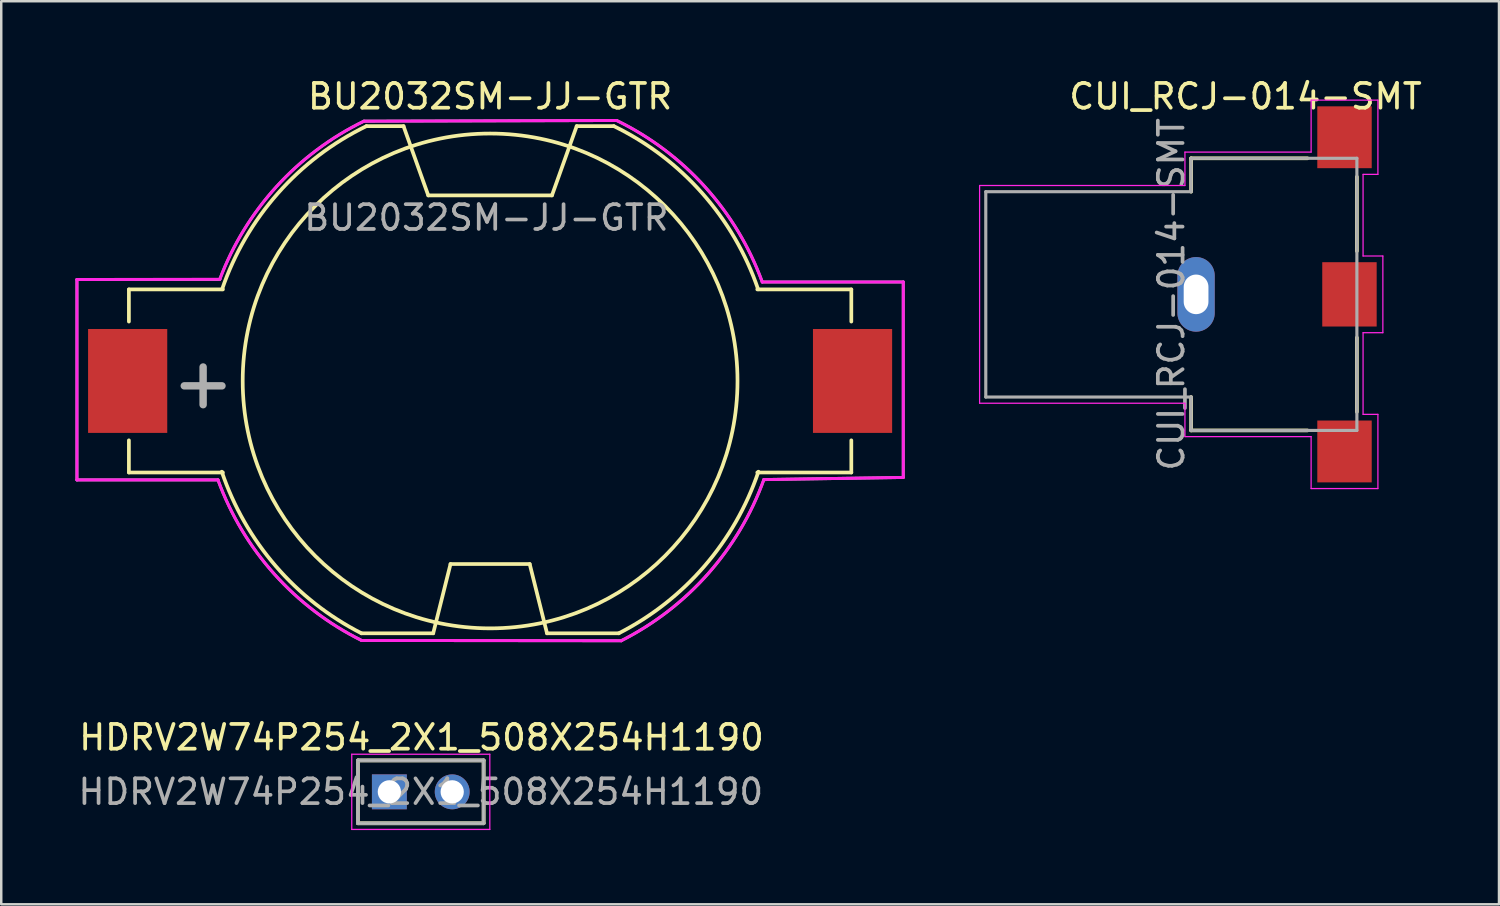
<source format=kicad_pcb>
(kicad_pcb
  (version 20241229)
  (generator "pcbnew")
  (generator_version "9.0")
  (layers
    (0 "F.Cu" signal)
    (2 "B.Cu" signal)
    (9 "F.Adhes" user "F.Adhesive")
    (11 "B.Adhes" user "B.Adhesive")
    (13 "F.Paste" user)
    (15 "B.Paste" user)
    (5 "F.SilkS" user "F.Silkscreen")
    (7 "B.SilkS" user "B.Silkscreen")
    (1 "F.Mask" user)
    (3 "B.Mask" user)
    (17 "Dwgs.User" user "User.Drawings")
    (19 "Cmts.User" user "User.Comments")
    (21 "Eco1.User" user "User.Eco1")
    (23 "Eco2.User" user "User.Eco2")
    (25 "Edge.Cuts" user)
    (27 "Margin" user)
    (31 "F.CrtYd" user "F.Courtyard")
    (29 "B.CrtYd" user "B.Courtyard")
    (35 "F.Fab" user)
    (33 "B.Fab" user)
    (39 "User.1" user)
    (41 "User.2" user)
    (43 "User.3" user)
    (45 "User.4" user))
  (footprint "CUI_RCJ-014-SMT"
    (layer "F.Cu")
    (at 44.295 8.848)
    (property "Reference" "CUI_RCJ-014-SMT" (at 3 -8 0) (layer "F.SilkS") (effects (font (size 1 1) (thickness 0.15))))
    (attr smd)
    (fp_line (start 0.8 -5.5) (end 0.8 -4.15) (stroke (width 0.15) (type solid)) (layer "F.SilkS"))
    (fp_line (start 0.8 4.15) (end 0.8 5.5) (stroke (width 0.15) (type solid)) (layer "F.SilkS"))
    (fp_line (start 0.8 5.5) (end 5.5 5.5) (stroke (width 0.15) (type solid)) (layer "F.SilkS"))
    (fp_line (start 5.5 -5.5) (end 0.8 -5.5) (stroke (width 0.15) (type solid)) (layer "F.SilkS"))
    (fp_line (start 7.5 -1.75) (end 7.5 -4.75) (stroke (width 0.15) (type solid)) (layer "F.SilkS"))
    (fp_line (start 7.5 4.75) (end 7.5 1.75) (stroke (width 0.15) (type solid)) (layer "F.SilkS"))
    (fp_line (start -7.75 -4.4) (end -7.75 4.4) (stroke (width 0.05) (type solid)) (layer "F.CrtYd"))
    (fp_line (start -7.75 4.4) (end 0.55 4.4) (stroke (width 0.05) (type solid)) (layer "F.CrtYd"))
    (fp_line (start 0.55 -5.75) (end 0.55 -4.4) (stroke (width 0.05) (type solid)) (layer "F.CrtYd"))
    (fp_line (start 0.55 -4.4) (end -7.75 -4.4) (stroke (width 0.05) (type solid)) (layer "F.CrtYd"))
    (fp_line (start 0.55 4.4) (end 0.55 5.75) (stroke (width 0.05) (type solid)) (layer "F.CrtYd"))
    (fp_line (start 0.55 5.75) (end 5.65 5.75) (stroke (width 0.05) (type solid)) (layer "F.CrtYd"))
    (fp_line (start 5.65 -7.85) (end 8.35 -7.85) (stroke (width 0.05) (type solid)) (layer "F.CrtYd"))
    (fp_line (start 5.65 -5.75) (end 0.55 -5.75) (stroke (width 0.05) (type solid)) (layer "F.CrtYd"))
    (fp_line (start 5.65 -5.75) (end 5.65 -7.85) (stroke (width 0.05) (type solid)) (layer "F.CrtYd"))
    (fp_line (start 5.65 7.85) (end 5.65 5.75) (stroke (width 0.05) (type solid)) (layer "F.CrtYd"))
    (fp_line (start 7.75 -1.55) (end 7.75 -4.85) (stroke (width 0.05) (type solid)) (layer "F.CrtYd"))
    (fp_line (start 7.75 -1.55) (end 8.55 -1.55) (stroke (width 0.05) (type solid)) (layer "F.CrtYd"))
    (fp_line (start 7.75 4.85) (end 7.75 1.55) (stroke (width 0.05) (type solid)) (layer "F.CrtYd"))
    (fp_line (start 7.75 4.85) (end 8.35 4.85) (stroke (width 0.05) (type solid)) (layer "F.CrtYd"))
    (fp_line (start 8.35 -7.85) (end 8.35 -4.85) (stroke (width 0.05) (type solid)) (layer "F.CrtYd"))
    (fp_line (start 8.35 -4.85) (end 7.75 -4.85) (stroke (width 0.05) (type solid)) (layer "F.CrtYd"))
    (fp_line (start 8.35 4.85) (end 8.35 7.85) (stroke (width 0.05) (type solid)) (layer "F.CrtYd"))
    (fp_line (start 8.35 7.85) (end 5.65 7.85) (stroke (width 0.05) (type solid)) (layer "F.CrtYd"))
    (fp_line (start 8.55 -1.55) (end 8.55 1.55) (stroke (width 0.05) (type solid)) (layer "F.CrtYd"))
    (fp_line (start 8.55 1.55) (end 7.75 1.55) (stroke (width 0.05) (type solid)) (layer "F.CrtYd"))
    (fp_line (start -7.5 -4.15) (end -7.5 4.15) (stroke (width 0.127) (type solid)) (layer "F.Fab"))
    (fp_line (start -7.5 4.15) (end 0.8 4.15) (stroke (width 0.127) (type solid)) (layer "F.Fab"))
    (fp_line (start 0.8 -5.5) (end 0.8 -4.15) (stroke (width 0.127) (type solid)) (layer "F.Fab"))
    (fp_line (start 0.8 -4.15) (end -7.5 -4.15) (stroke (width 0.127) (type solid)) (layer "F.Fab"))
    (fp_line (start 0.8 4.15) (end 0.8 5.5) (stroke (width 0.127) (type solid)) (layer "F.Fab"))
    (fp_line (start 0.8 5.5) (end 7.5 5.5) (stroke (width 0.127) (type solid)) (layer "F.Fab"))
    (fp_line (start 7.5 -5.5) (end 0.8 -5.5) (stroke (width 0.127) (type solid)) (layer "F.Fab"))
    (fp_line (start 7.5 5.5) (end 7.5 -5.5) (stroke (width 0.127) (type solid)) (layer "F.Fab"))
    (fp_text user "${REFERENCE}" (at 0 0 90) (layer "F.Fab") (effects (font (size 1 1) (thickness 0.15))))
    (pad "1A" smd rect (at 7 -6.35) (size 2.2 2.5) (layers "F.Cu" "F.Mask" "F.Paste"))
    (pad "1B" smd rect (at 7 6.35) (size 2.2 2.5) (layers "F.Cu" "F.Mask" "F.Paste"))
    (pad "1C" thru_hole oval (at 1 0) (size 1.508 3.016) (drill oval 1 1.6) (layers "*.Cu" "*.Mask" "F.Paste"))
    (pad "2" smd rect (at 7.2 0) (size 2.2 2.6) (layers "F.Cu" "F.Mask" "F.Paste")))
  (footprint "HDRV2W74P254_2X1_508X254H1190"
    (layer "F.Cu")
    (at 12.688 28.956)
    (property "Reference" "HDRV2W74P254_2X1_508X254H1190" (at 1.27 0 0) (layer "F.Fab") (effects (font (size 1 1) (thickness 0.15))))
    (attr exclude_from_pos_files exclude_from_bom)
    (fp_line (start -1.27 -1.27) (end 3.81 -1.27) (stroke (width 0.15) (type solid)) (layer "F.SilkS"))
    (fp_line (start -1.27 1.27) (end -1.27 -1.27) (stroke (width 0.15) (type solid)) (layer "F.SilkS"))
    (fp_line (start 3.81 -1.27) (end 3.81 1.27) (stroke (width 0.15) (type solid)) (layer "F.SilkS"))
    (fp_line (start 3.81 1.27) (end -1.27 1.27) (stroke (width 0.15) (type solid)) (layer "F.SilkS"))
    (fp_line (start -1.27 -1.27) (end 3.81 -1.27) (stroke (width 0.025) (type solid)) (layer "Dwgs.User"))
    (fp_line (start -1.27 1.27) (end -1.27 -1.27) (stroke (width 0.025) (type solid)) (layer "Dwgs.User"))
    (fp_line (start 3.81 -1.27) (end 3.81 1.27) (stroke (width 0.025) (type solid)) (layer "Dwgs.User"))
    (fp_line (start 3.81 1.27) (end -1.27 1.27) (stroke (width 0.025) (type solid)) (layer "Dwgs.User"))
    (fp_circle (center 0 0) (end 0 0.37) (stroke (width 0.025) (type solid)) (fill no) (layer "Dwgs.User"))
    (fp_circle (center 2.54 0) (end 2.54 0.37) (stroke (width 0.025) (type solid)) (fill no) (layer "Dwgs.User"))
    (fp_line (start -1.52 -1.52) (end 4.06 -1.52) (stroke (width 0.05) (type solid)) (layer "F.CrtYd"))
    (fp_line (start -1.52 1.52) (end -1.52 -1.52) (stroke (width 0.05) (type solid)) (layer "F.CrtYd"))
    (fp_line (start 4.06 -1.52) (end 4.06 1.52) (stroke (width 0.05) (type solid)) (layer "F.CrtYd"))
    (fp_line (start 4.06 1.52) (end -1.52 1.52) (stroke (width 0.05) (type solid)) (layer "F.CrtYd"))
    (fp_line (start -1.27 -1.27) (end 3.81 -1.27) (stroke (width 0.15) (type solid)) (layer "F.Fab"))
    (fp_line (start -1.27 1.27) (end -1.27 -1.27) (stroke (width 0.15) (type solid)) (layer "F.Fab"))
    (fp_line (start 3.81 -1.27) (end 3.81 1.27) (stroke (width 0.15) (type solid)) (layer "F.Fab"))
    (fp_line (start 3.81 1.27) (end -1.27 1.27) (stroke (width 0.15) (type solid)) (layer "F.Fab"))
    (fp_text user "${REFERENCE}" (at 1.3 -2.2 0) (layer "F.SilkS") (effects (font (size 1 1) (thickness 0.15))))
    (pad "1" thru_hole rect (at 0 0) (size 1.41 1.41) (drill 0.94) (layers "*.Cu" "*.Mask"))
    (pad "2" thru_hole circle (at 2.54 0) (size 1.41 1.41) (drill 0.94) (layers "*.Cu" "*.Mask")))
  (footprint "BU2032SM-JJ-GTR"
    (layer "F.Cu")
    (at 16.76 12.348)
    (property "Reference" "BU2032SM-JJ-GTR" (at 0 -11.5 0) (layer "F.SilkS") (effects (font (size 1 1) (thickness 0.15))))
    (attr smd)
    (fp_line (start -14.6 -3.7) (end -14.6 -2.4) (stroke (width 0.15) (type solid)) (layer "F.SilkS"))
    (fp_line (start -14.6 -3.7) (end -10.8 -3.7) (stroke (width 0.15) (type solid)) (layer "F.SilkS"))
    (fp_line (start -14.6 2.4) (end -14.6 3.7) (stroke (width 0.15) (type solid)) (layer "F.SilkS"))
    (fp_line (start -14.6 3.7) (end -10.8 3.7) (stroke (width 0.15) (type solid)) (layer "F.SilkS"))
    (fp_line (start -3.5 -10.3) (end -5 -10.3) (stroke (width 0.15) (type solid)) (layer "F.SilkS"))
    (fp_line (start -2.5 -7.5) (end -3.5 -10.3) (stroke (width 0.15) (type solid)) (layer "F.SilkS"))
    (fp_line (start -2.3 10.2) (end -5.2 10.2) (stroke (width 0.15) (type solid)) (layer "F.SilkS"))
    (fp_line (start -1.6 7.4) (end -2.3 10.2) (stroke (width 0.15) (type solid)) (layer "F.SilkS"))
    (fp_line (start 1.6 7.4) (end -1.6 7.4) (stroke (width 0.15) (type solid)) (layer "F.SilkS"))
    (fp_line (start 1.6 7.4) (end 2.3 10.2) (stroke (width 0.15) (type solid)) (layer "F.SilkS"))
    (fp_line (start 2.3 10.2) (end 5.2 10.2) (stroke (width 0.15) (type solid)) (layer "F.SilkS"))
    (fp_line (start 2.5 -7.5) (end -2.5 -7.5) (stroke (width 0.15) (type solid)) (layer "F.SilkS"))
    (fp_line (start 2.5 -7.5) (end 3.5 -10.3) (stroke (width 0.15) (type solid)) (layer "F.SilkS"))
    (fp_line (start 3.5 -10.3) (end 5 -10.3) (stroke (width 0.15) (type solid)) (layer "F.SilkS"))
    (fp_line (start 14.6 -3.7) (end 10.8 -3.7) (stroke (width 0.15) (type solid)) (layer "F.SilkS"))
    (fp_line (start 14.6 -3.7) (end 14.6 -2.4) (stroke (width 0.15) (type solid)) (layer "F.SilkS"))
    (fp_line (start 14.6 2.4) (end 14.6 3.7) (stroke (width 0.15) (type solid)) (layer "F.SilkS"))
    (fp_line (start 14.6 3.7) (end 10.8 3.7) (stroke (width 0.15) (type solid)) (layer "F.SilkS"))
    (fp_arc (start -10.833413 -3.70502) (mid -8.575995 -7.585666) (end -5 -10.3) (stroke (width 0.15) (type solid)) (layer "F.SilkS"))
    (fp_arc (start -5.2 10.2) (mid -8.661973 7.48667) (end -10.845438 3.668306) (stroke (width 0.15) (type solid)) (layer "F.SilkS"))
    (fp_arc (start 5 -10.3) (mid 8.575994 -7.585665) (end 10.833413 -3.70502) (stroke (width 0.15) (type solid)) (layer "F.SilkS"))
    (fp_arc (start 10.845438 3.668306) (mid 8.661973 7.486669) (end 5.2 10.2) (stroke (width 0.15) (type solid)) (layer "F.SilkS"))
    (fp_circle (center 0 0) (end 10 0) (stroke (width 0.15) (type solid)) (fill no) (layer "F.SilkS"))
    (fp_line (start -16.7 -4.1) (end -16.7 4) (stroke (width 0.12) (type solid)) (layer "F.CrtYd"))
    (fp_line (start -11 4) (end -16.7 4) (stroke (width 0.12) (type solid)) (layer "F.CrtYd"))
    (fp_line (start -10.926 -4.11) (end -16.7 -4.1) (stroke (width 0.12) (type solid)) (layer "F.CrtYd"))
    (fp_line (start -5.1 -10.5) (end 5.114 -10.528) (stroke (width 0.12) (type solid)) (layer "F.CrtYd"))
    (fp_line (start 5.3 10.5) (end -5.195 10.489) (stroke (width 0.12) (type solid)) (layer "F.CrtYd"))
    (fp_line (start 5.3 10.5) (end 5.3 10.5) (stroke (width 0.12) (type solid)) (layer "F.CrtYd"))
    (fp_line (start 11 -4) (end 16.7 -4) (stroke (width 0.12) (type solid)) (layer "F.CrtYd"))
    (fp_line (start 11.065 3.987) (end 16.7 3.9) (stroke (width 0.12) (type solid)) (layer "F.CrtYd"))
    (fp_line (start 16.7 3.9) (end 16.7 -4) (stroke (width 0.12) (type solid)) (layer "F.CrtYd"))
    (fp_arc (start -10.925687 -4.109662) (mid -8.626399 -7.864172) (end -5.099999 -10.499999) (stroke (width 0.12) (type solid)) (layer "F.CrtYd"))
    (fp_arc (start -5.194505 10.488903) (mid -8.72307 7.804358) (end -10.999999 3.999999) (stroke (width 0.12) (type solid)) (layer "F.CrtYd"))
    (fp_arc (start 5.11383 -10.528472) (mid 8.693049 -7.837785) (end 10.999999 -4) (stroke (width 0.12) (type solid)) (layer "F.CrtYd"))
    (fp_arc (start 11.065259 3.987481) (mid 8.806738 7.796238) (end 5.299999 10.499999) (stroke (width 0.12) (type solid)) (layer "F.CrtYd"))
    (fp_line (start -16.7 -4.1) (end -11 -4.1) (stroke (width 0.12) (type solid)) (layer "F.Fab"))
    (fp_line (start -16.7 4) (end -16.7 -4.1) (stroke (width 0.12) (type solid)) (layer "F.Fab"))
    (fp_line (start -16.7 4) (end -11 4) (stroke (width 0.12) (type solid)) (layer "F.Fab"))
    (fp_line (start -11 -4.1) (end -10.926 -4.11) (stroke (width 0.12) (type solid)) (layer "F.Fab"))
    (fp_line (start -5.195 10.489) (end 5.3 10.5) (stroke (width 0.12) (type solid)) (layer "F.Fab"))
    (fp_line (start -5.1 -10.5) (end 5.114 -10.528) (stroke (width 0.12) (type solid)) (layer "F.Fab"))
    (fp_line (start 11 -4) (end 16.7 -4) (stroke (width 0.12) (type solid)) (layer "F.Fab"))
    (fp_line (start 16.7 -4) (end 16.7 3.9) (stroke (width 0.12) (type solid)) (layer "F.Fab"))
    (fp_line (start 16.7 3.9) (end 11.065 3.987) (stroke (width 0.12) (type solid)) (layer "F.Fab"))
    (fp_arc (start -10.925687 -4.109663) (mid -8.626398 -7.864173) (end -5.099999 -10.499999) (stroke (width 0.12) (type solid)) (layer "F.Fab"))
    (fp_arc (start -5.194505 10.488903) (mid -8.72307 7.804358) (end -10.999999 3.999999) (stroke (width 0.12) (type solid)) (layer "F.Fab"))
    (fp_arc (start 5.11383 -10.528472) (mid 8.69305 -7.837785) (end 10.999999 -3.999999) (stroke (width 0.12) (type solid)) (layer "F.Fab"))
    (fp_arc (start 11.065259 3.987481) (mid 8.806738 7.796238) (end 5.299999 10.499999) (stroke (width 0.12) (type solid)) (layer "F.Fab"))
    (fp_text user "+" (at -11.6 0.05 0) (layer "F.Fab") (effects (font (size 2 2) (thickness 0.3))))
    (fp_text user "${REFERENCE}" (at -0.15 -6.6 0) (layer "F.Fab") (effects (font (size 1 1) (thickness 0.15))))
    (pad "1" smd rect (at -14.65 0) (size 3.2 4.2) (layers "F.Cu" "F.Mask" "F.Paste"))
    (pad "2" smd rect (at 14.65 0) (size 3.2 4.2) (layers "F.Cu" "F.Mask" "F.Paste")))
  (gr_rect
    (start -3 -3)
    (end 57.539 33.502)
    (stroke (width 0.1) (type default))
    (fill no)
    (layer "Edge.Cuts")))
</source>
